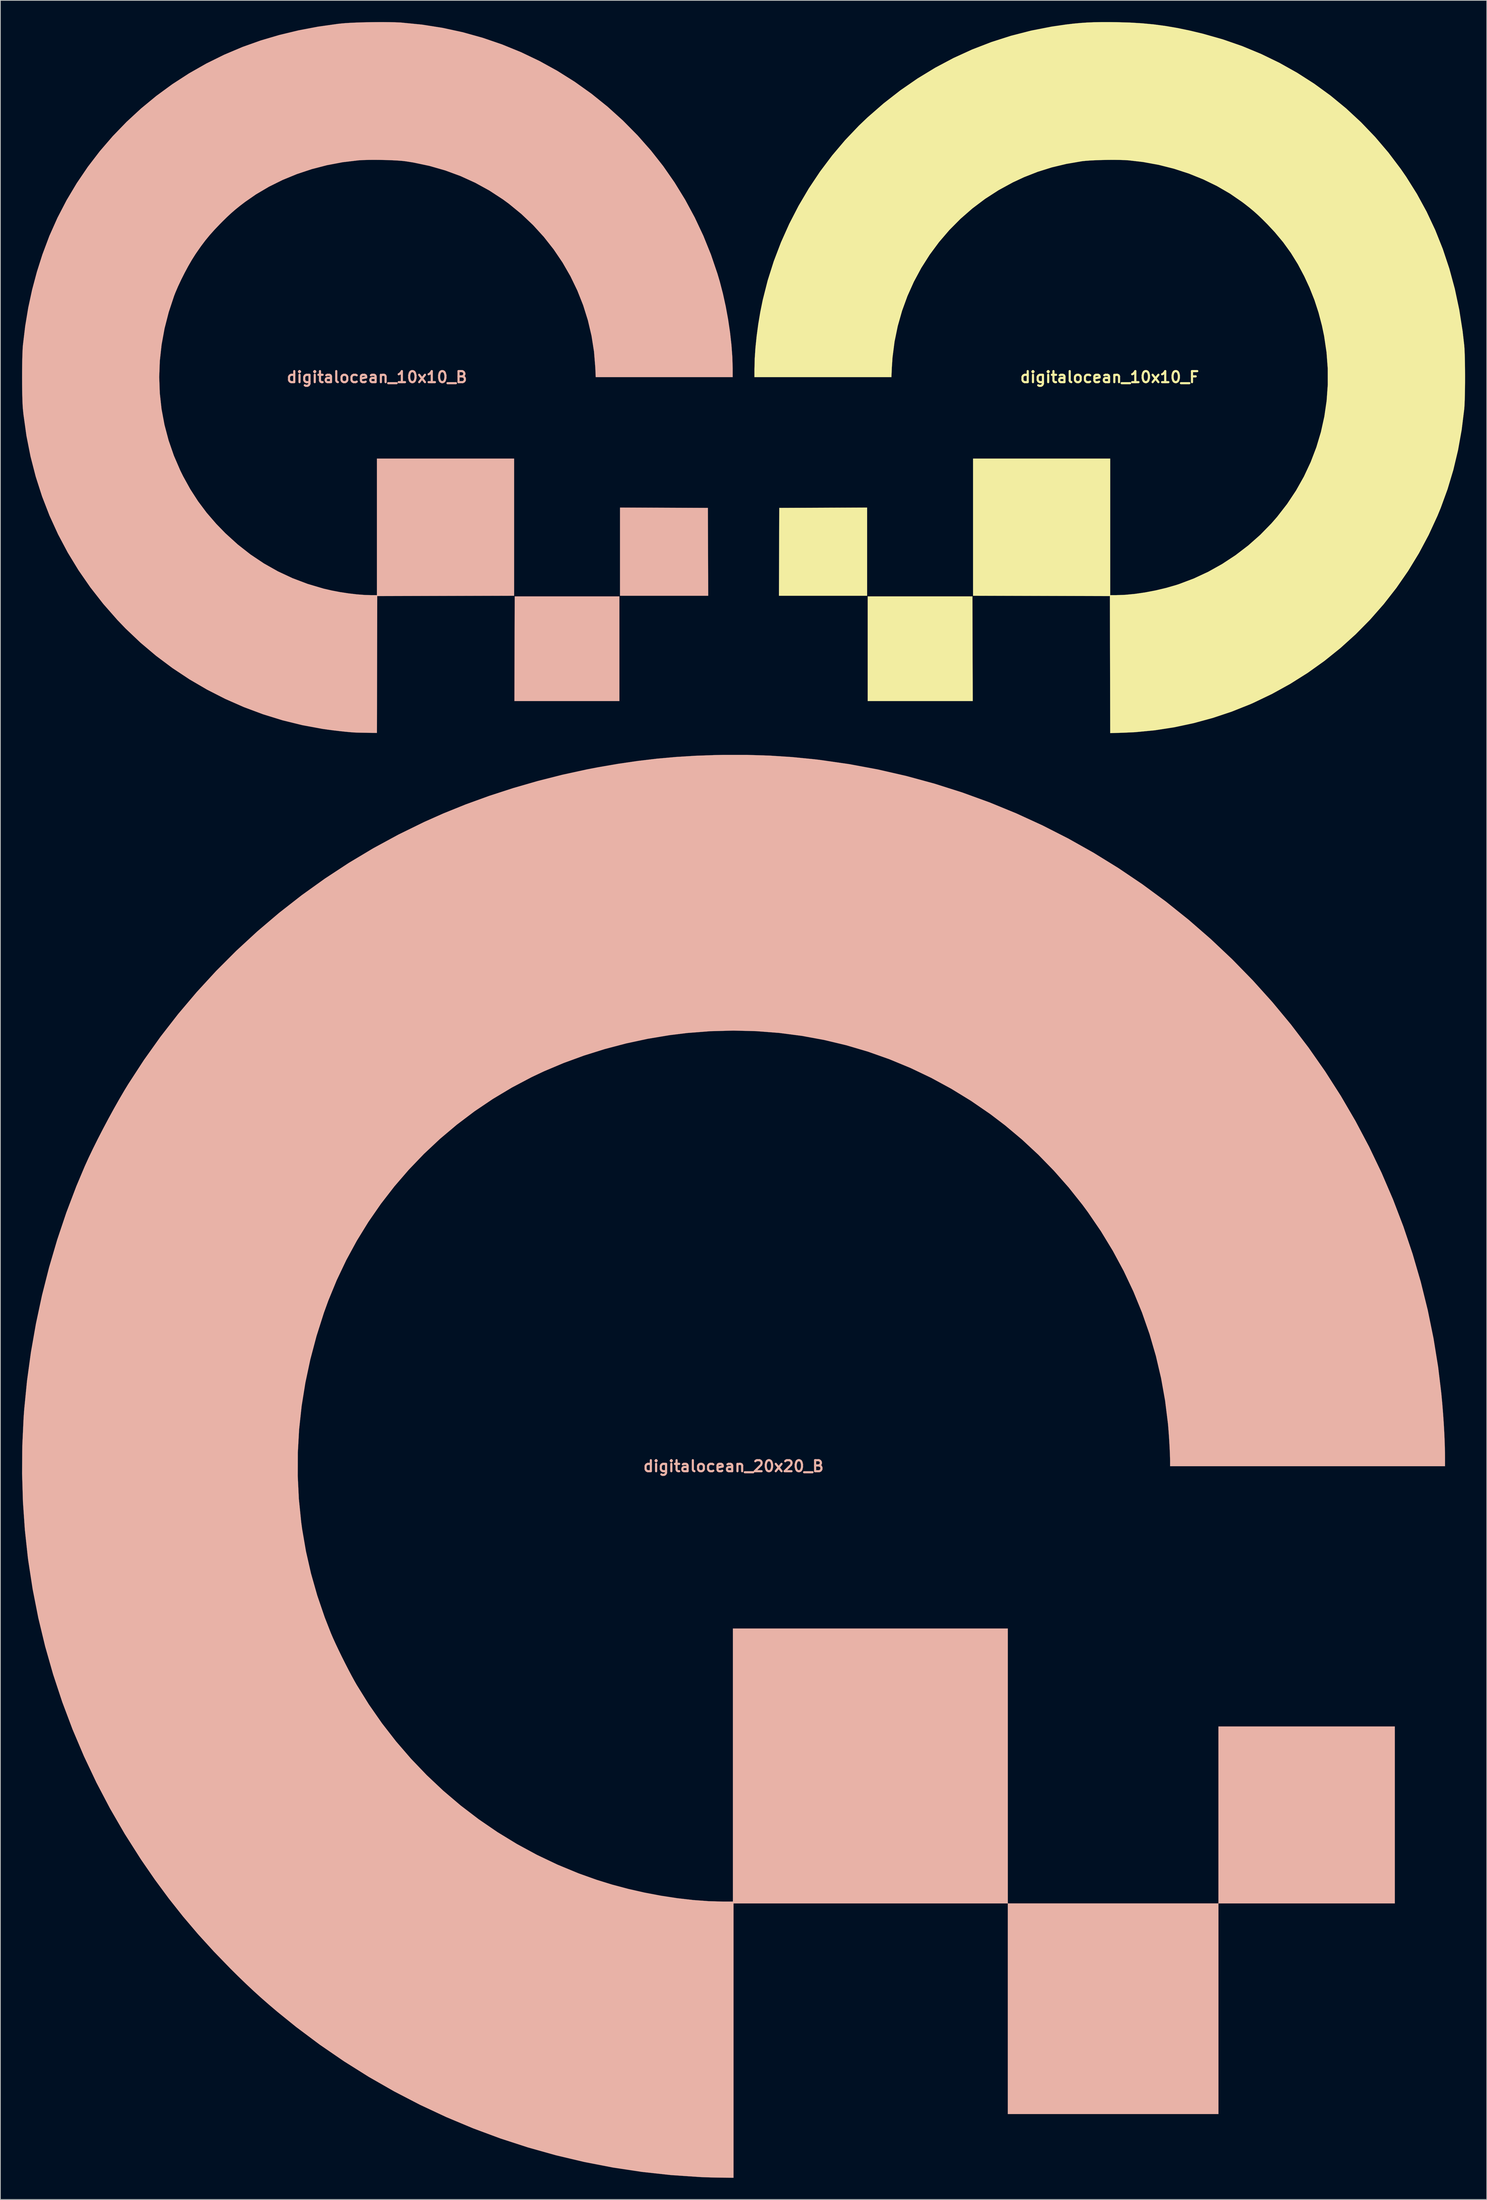
<source format=kicad_pcb>
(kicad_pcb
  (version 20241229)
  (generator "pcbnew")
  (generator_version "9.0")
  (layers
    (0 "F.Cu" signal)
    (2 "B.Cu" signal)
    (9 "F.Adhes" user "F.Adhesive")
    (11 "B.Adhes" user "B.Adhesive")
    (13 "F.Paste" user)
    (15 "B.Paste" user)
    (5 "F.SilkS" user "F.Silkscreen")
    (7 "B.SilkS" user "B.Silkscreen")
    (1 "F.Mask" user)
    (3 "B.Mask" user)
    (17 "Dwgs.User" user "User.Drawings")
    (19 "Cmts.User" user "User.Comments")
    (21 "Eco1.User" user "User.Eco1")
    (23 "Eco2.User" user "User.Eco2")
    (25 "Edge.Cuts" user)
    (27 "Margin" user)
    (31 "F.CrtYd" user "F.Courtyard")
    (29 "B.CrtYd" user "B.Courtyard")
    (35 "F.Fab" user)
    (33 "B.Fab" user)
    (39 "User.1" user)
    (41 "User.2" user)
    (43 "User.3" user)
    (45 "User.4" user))
  (footprint "digitalocean_10x10_F"
    (layer "F.Cu")
    (at 150.378 49.098)
    (property "Reference" "digitalocean_10x10_F" (at 0 0 0) (layer "F.SilkS") (effects (font (size 1.524 1.524) (thickness 0.3))))
    (attr through_hole)
    (fp_poly (pts (xy -33.528 30.226) (xy -45.721 30.226) (xy -45.699 24.151) (xy -45.678 18.076) (xy -39.603 18.055) (xy -33.528 18.033) (xy -33.528 30.226)) (stroke (width 0.01) (type solid)) (fill yes) (layer "F.SilkS"))
    (fp_poly (pts (xy -18.945 37.55) (xy -18.923 44.789) (xy -26.183 44.789) (xy -33.443 44.789) (xy -33.443 30.311) (xy -18.967 30.311) (xy -18.945 37.55)) (stroke (width 0.01) (type solid)) (fill yes) (layer "F.SilkS"))
    (fp_poly (pts (xy 0.97 -49.081) (xy 2.789 -49.028) (xy 4.496 -48.926) (xy 6.133 -48.771) (xy 7.745 -48.556) (xy 9.374 -48.276) (xy 11.063 -47.925) (xy 12.857 -47.497) (xy 12.901 -47.485) (xy 15.659 -46.703) (xy 18.346 -45.769) (xy 20.957 -44.686) (xy 23.487 -43.458) (xy 25.932 -42.087) (xy 28.287 -40.578) (xy 30.547 -38.933) (xy 32.707 -37.156) (xy 34.764 -35.249) (xy 36.712 -33.217) (xy 38.546 -31.063) (xy 40.262 -28.79) (xy 41.012 -27.703) (xy 42.494 -25.34) (xy 43.832 -22.888) (xy 45.025 -20.35) (xy 46.073 -17.724) (xy 46.976 -15.012) (xy 47.734 -12.214) (xy 48.347 -9.331) (xy 48.813 -6.363) (xy 49.037 -4.403) (xy 49.071 -3.946) (xy 49.099 -3.348) (xy 49.121 -2.637) (xy 49.136 -1.839) (xy 49.146 -0.982) (xy 49.15 -0.095) (xy 49.148 0.795) (xy 49.139 1.66) (xy 49.125 2.473) (xy 49.104 3.206) (xy 49.078 3.832) (xy 49.046 4.321) (xy 49.038 4.403) (xy 48.682 7.288) (xy 48.181 10.091) (xy 47.532 12.821) (xy 46.733 15.486) (xy 45.783 18.095) (xy 45.331 19.191) (xy 44.121 21.818) (xy 42.769 24.355) (xy 41.279 26.799) (xy 39.656 29.144) (xy 37.904 31.387) (xy 36.03 33.522) (xy 34.036 35.544) (xy 31.929 37.449) (xy 29.712 39.232) (xy 27.39 40.889) (xy 24.968 42.415) (xy 22.45 43.804) (xy 19.842 45.053) (xy 19.424 45.236) (xy 16.886 46.248) (xy 14.281 47.117) (xy 11.627 47.84) (xy 8.943 48.412) (xy 6.246 48.829) (xy 3.556 49.087) (xy 1.927 49.164) (xy 0.085 49.218) (xy 0.064 39.743) (xy 0.042 30.268) (xy -18.881 30.225) (xy -18.881 11.261) (xy 0.085 11.261) (xy 0.085 30.141) (xy 0.91 30.141) (xy 2.16 30.096) (xy 3.515 29.967) (xy 4.933 29.761) (xy 6.378 29.484) (xy 7.81 29.144) (xy 9.189 28.747) (xy 9.596 28.615) (xy 11.639 27.843) (xy 13.63 26.916) (xy 15.556 25.84) (xy 17.406 24.624) (xy 19.167 23.277) (xy 20.829 21.806) (xy 22.378 20.219) (xy 23.156 19.327) (xy 24.541 17.543) (xy 25.778 15.68) (xy 26.867 13.746) (xy 27.804 11.747) (xy 28.589 9.692) (xy 29.22 7.587) (xy 29.694 5.44) (xy 30.011 3.258) (xy 30.168 1.048) (xy 30.164 -1.181) (xy 29.998 -3.423) (xy 29.666 -5.671) (xy 29.366 -7.112) (xy 28.89 -8.93) (xy 28.324 -10.664) (xy 27.647 -12.37) (xy 26.922 -13.937) (xy 26.032 -15.616) (xy 25.068 -17.174) (xy 24.005 -18.647) (xy 22.818 -20.07) (xy 21.804 -21.153) (xy 21.138 -21.823) (xy 20.538 -22.398) (xy 19.962 -22.915) (xy 19.37 -23.411) (xy 18.719 -23.922) (xy 18.316 -24.227) (xy 16.633 -25.385) (xy 14.834 -26.428) (xy 12.935 -27.352) (xy 10.949 -28.152) (xy 8.891 -28.821) (xy 6.776 -29.354) (xy 4.618 -29.747) (xy 2.643 -29.977) (xy 2.076 -30.012) (xy 1.389 -30.033) (xy 0.62 -30.042) (xy -0.198 -30.038) (xy -1.029 -30.023) (xy -1.838 -29.997) (xy -2.589 -29.961) (xy -3.247 -29.915) (xy -3.778 -29.86) (xy -3.852 -29.85) (xy -5.972 -29.486) (xy -7.99 -29.004) (xy -9.935 -28.394) (xy -11.832 -27.65) (xy -13.377 -26.93) (xy -15.345 -25.857) (xy -17.213 -24.652) (xy -18.975 -23.325) (xy -20.627 -21.882) (xy -22.164 -20.331) (xy -23.581 -18.679) (xy -24.873 -16.933) (xy -26.036 -15.102) (xy -27.064 -13.192) (xy -27.953 -11.211) (xy -28.697 -9.167) (xy -29.292 -7.066) (xy -29.734 -4.917) (xy -30.016 -2.727) (xy -30.111 -1.313) (xy -30.168 0) (xy -49.107 0) (xy -49.106 -1.122) (xy -49.071 -2.544) (xy -48.968 -4.081) (xy -48.801 -5.697) (xy -48.577 -7.352) (xy -48.298 -9.011) (xy -47.969 -10.634) (xy -47.958 -10.686) (xy -47.276 -13.376) (xy -46.434 -16.032) (xy -45.438 -18.643) (xy -44.295 -21.197) (xy -43.01 -23.686) (xy -41.589 -26.098) (xy -40.039 -28.422) (xy -38.365 -30.65) (xy -36.573 -32.769) (xy -34.669 -34.77) (xy -33.487 -35.899) (xy -31.25 -37.85) (xy -28.94 -39.649) (xy -26.56 -41.294) (xy -24.11 -42.785) (xy -21.591 -44.122) (xy -19.005 -45.304) (xy -16.353 -46.33) (xy -13.636 -47.2) (xy -10.856 -47.914) (xy -8.012 -48.47) (xy -6.011 -48.762) (xy -5.02 -48.878) (xy -4.072 -48.967) (xy -3.131 -49.032) (xy -2.158 -49.073) (xy -1.118 -49.093) (xy 0.026 -49.093) (xy 0.97 -49.081)) (stroke (width 0.01) (type solid)) (fill yes) (layer "F.SilkS")))
  (footprint "digitalocean_10x10_B"
    (layer "F.Cu")
    (at 49.07 49.098)
    (property "Reference" "digitalocean_10x10_B" (at 0 0 0) (layer "B.SilkS") (effects (font (size 1.524 1.524) (thickness 0.3))))
    (attr through_hole)
    (fp_poly (pts (xy 45.762 18.076) (xy 45.784 24.151) (xy 45.806 30.226) (xy 33.613 30.226) (xy 33.613 18.033) (xy 45.762 18.076)) (stroke (width 0.01) (type solid)) (fill yes) (layer "B.SilkS"))
    (fp_poly (pts (xy 33.528 44.789) (xy 26.268 44.789) (xy 19.008 44.789) (xy 19.03 37.55) (xy 19.052 30.311) (xy 33.528 30.311) (xy 33.528 44.789)) (stroke (width 0.01) (type solid)) (fill yes) (layer "B.SilkS"))
    (fp_poly (pts (xy 1.749 -49.085) (xy 2.526 -49.067) (xy 3.183 -49.039) (xy 3.348 -49.028) (xy 6.233 -48.744) (xy 9.075 -48.297) (xy 11.869 -47.69) (xy 14.611 -46.926) (xy 17.295 -46.007) (xy 19.916 -44.937) (xy 22.468 -43.717) (xy 24.947 -42.35) (xy 27.347 -40.84) (xy 29.663 -39.189) (xy 31.889 -37.399) (xy 34.022 -35.473) (xy 36.055 -33.413) (xy 37.897 -31.327) (xy 39.587 -29.177) (xy 41.163 -26.909) (xy 42.619 -24.538) (xy 43.947 -22.077) (xy 45.14 -19.542) (xy 46.188 -16.946) (xy 47.086 -14.305) (xy 47.407 -13.221) (xy 47.844 -11.539) (xy 48.23 -9.786) (xy 48.558 -7.996) (xy 48.823 -6.206) (xy 49.021 -4.452) (xy 49.145 -2.771) (xy 49.191 -1.199) (xy 49.191 -1.122) (xy 49.191 0) (xy 30.252 0) (xy 30.196 -1.313) (xy 30.017 -3.525) (xy 29.674 -5.705) (xy 29.173 -7.845) (xy 28.518 -9.936) (xy 27.712 -11.972) (xy 26.761 -13.943) (xy 25.669 -15.842) (xy 24.439 -17.661) (xy 23.078 -19.392) (xy 21.588 -21.027) (xy 19.974 -22.557) (xy 18.242 -23.976) (xy 17.42 -24.579) (xy 15.548 -25.801) (xy 13.593 -26.876) (xy 11.559 -27.803) (xy 9.447 -28.58) (xy 7.262 -29.207) (xy 5.006 -29.682) (xy 3.937 -29.85) (xy 3.432 -29.906) (xy 2.792 -29.953) (xy 2.055 -29.991) (xy 1.253 -30.019) (xy 0.424 -30.036) (xy -0.399 -30.042) (xy -1.179 -30.036) (xy -1.882 -30.016) (xy -2.472 -29.984) (xy -2.559 -29.977) (xy -4.743 -29.716) (xy -6.897 -29.309) (xy -9.008 -28.762) (xy -11.059 -28.08) (xy -13.037 -27.269) (xy -14.927 -26.333) (xy -16.715 -25.278) (xy -18.232 -24.227) (xy -18.933 -23.691) (xy -19.553 -23.191) (xy -20.133 -22.69) (xy -20.714 -22.152) (xy -21.339 -21.539) (xy -21.72 -21.153) (xy -22.469 -20.368) (xy -23.126 -19.631) (xy -23.73 -18.895) (xy -24.318 -18.114) (xy -24.928 -17.241) (xy -25.128 -16.944) (xy -25.596 -16.202) (xy -26.091 -15.346) (xy -26.588 -14.421) (xy -27.066 -13.472) (xy -27.502 -12.542) (xy -27.872 -11.678) (xy -28.05 -11.218) (xy -28.789 -8.984) (xy -29.364 -6.74) (xy -29.774 -4.492) (xy -30.021 -2.246) (xy -30.104 -0.008) (xy -30.023 2.216) (xy -29.78 4.42) (xy -29.373 6.599) (xy -28.804 8.747) (xy -28.074 10.858) (xy -27.181 12.926) (xy -26.79 13.716) (xy -25.809 15.491) (xy -24.733 17.16) (xy -23.543 18.748) (xy -22.22 20.281) (xy -20.945 21.592) (xy -19.252 23.13) (xy -17.479 24.52) (xy -15.625 25.76) (xy -13.691 26.852) (xy -11.676 27.794) (xy -9.581 28.588) (xy -7.405 29.232) (xy -7.364 29.243) (xy -6.267 29.497) (xy -5.106 29.718) (xy -3.926 29.898) (xy -2.774 30.033) (xy -1.692 30.116) (xy -0.826 30.141) (xy 0 30.141) (xy 0 11.261) (xy 18.965 11.261) (xy 18.965 30.225) (xy 0.042 30.268) (xy -0.001 49.191) (xy -1.334 49.176) (xy -1.835 49.168) (xy -2.316 49.159) (xy -2.733 49.148) (xy -3.043 49.136) (xy -3.133 49.132) (xy -3.71 49.088) (xy -4.408 49.023) (xy -5.18 48.94) (xy -5.978 48.846) (xy -6.756 48.745) (xy -7.468 48.644) (xy -7.535 48.634) (xy -10.309 48.122) (xy -13.047 47.449) (xy -15.741 46.616) (xy -18.383 45.63) (xy -20.965 44.493) (xy -23.479 43.211) (xy -25.917 41.788) (xy -28.27 40.228) (xy -30.531 38.536) (xy -32.691 36.715) (xy -34.742 34.77) (xy -35.894 33.57) (xy -37.834 31.358) (xy -39.625 29.067) (xy -41.265 26.698) (xy -42.753 24.255) (xy -44.089 21.738) (xy -45.273 19.148) (xy -46.303 16.489) (xy -47.179 13.761) (xy -47.899 10.966) (xy -48.464 8.107) (xy -48.872 5.184) (xy -48.954 4.403) (xy -48.987 3.944) (xy -49.015 3.344) (xy -49.037 2.631) (xy -49.052 1.832) (xy -49.062 0.975) (xy -49.065 0.088) (xy -49.063 -0.802) (xy -49.054 -1.667) (xy -49.04 -2.479) (xy -49.019 -3.211) (xy -48.993 -3.834) (xy -48.96 -4.322) (xy -48.953 -4.403) (xy -48.637 -7.052) (xy -48.215 -9.603) (xy -47.678 -12.093) (xy -47.018 -14.563) (xy -46.26 -16.952) (xy -45.293 -19.529) (xy -44.174 -22.037) (xy -42.911 -24.468) (xy -41.509 -26.819) (xy -39.974 -29.082) (xy -38.311 -31.252) (xy -36.526 -33.324) (xy -34.625 -35.291) (xy -32.614 -37.148) (xy -30.5 -38.89) (xy -28.286 -40.511) (xy -25.98 -42.004) (xy -23.588 -43.364) (xy -21.114 -44.586) (xy -18.566 -45.663) (xy -16.063 -46.554) (xy -13.503 -47.309) (xy -10.85 -47.948) (xy -8.146 -48.463) (xy -5.43 -48.846) (xy -4.953 -48.899) (xy -4.369 -48.95) (xy -3.649 -48.993) (xy -2.823 -49.03) (xy -1.925 -49.059) (xy -0.987 -49.079) (xy -0.04 -49.091) (xy 0.882 -49.093) (xy 1.749 -49.085)) (stroke (width 0.01) (type solid)) (fill yes) (layer "B.SilkS")))
  (footprint "digitalocean_20x20_B"
    (layer "F.Cu")
    (at 98.375 199.682)
    (property "Reference" "digitalocean_20x20_B" (at 0 0 0) (layer "B.SilkS") (effects (font (size 1.524 1.524) (thickness 0.3))))
    (attr through_hole)
    (fp_poly (pts (xy 67.056 89.577) (xy 37.931 89.577) (xy 37.931 60.452) (xy 67.056 60.452) (xy 67.056 89.577)) (stroke (width 0.01) (type solid)) (fill yes) (layer "B.SilkS"))
    (fp_poly (pts (xy 91.44 60.452) (xy 67.056 60.452) (xy 67.056 35.983) (xy 91.44 35.983) (xy 91.44 60.452)) (stroke (width 0.01) (type solid)) (fill yes) (layer "B.SilkS"))
    (fp_poly (pts (xy 4.96 -98.258) (xy 8.074 -98.056) (xy 11.193 -97.749) (xy 11.938 -97.66) (xy 15.968 -97.082) (xy 19.954 -96.341) (xy 23.892 -95.439) (xy 27.779 -94.38) (xy 31.611 -93.164) (xy 35.383 -91.794) (xy 39.091 -90.273) (xy 42.732 -88.602) (xy 46.302 -86.783) (xy 49.796 -84.819) (xy 53.21 -82.711) (xy 56.541 -80.463) (xy 59.785 -78.075) (xy 62.937 -75.551) (xy 65.993 -72.892) (xy 68.95 -70.1) (xy 71.804 -67.178) (xy 74.507 -64.178) (xy 77.079 -61.077) (xy 79.518 -57.876) (xy 81.82 -54.58) (xy 83.983 -51.196) (xy 86.005 -47.73) (xy 87.882 -44.185) (xy 89.613 -40.569) (xy 91.196 -36.887) (xy 92.627 -33.145) (xy 93.905 -29.348) (xy 95.027 -25.501) (xy 95.99 -21.611) (xy 96.793 -17.683) (xy 97.432 -13.723) (xy 97.867 -10.118) (xy 98.001 -8.7) (xy 98.117 -7.251) (xy 98.216 -5.806) (xy 98.293 -4.402) (xy 98.347 -3.074) (xy 98.377 -1.856) (xy 98.382 -1.206) (xy 98.383 0) (xy 60.367 0) (xy 60.367 -0.699) (xy 60.359 -1.186) (xy 60.338 -1.805) (xy 60.305 -2.515) (xy 60.263 -3.28) (xy 60.215 -4.061) (xy 60.161 -4.819) (xy 60.105 -5.516) (xy 60.067 -5.927) (xy 59.677 -9.07) (xy 59.122 -12.177) (xy 58.405 -15.243) (xy 57.527 -18.264) (xy 56.49 -21.233) (xy 55.298 -24.145) (xy 53.951 -26.996) (xy 52.451 -29.779) (xy 50.802 -32.491) (xy 49.004 -35.126) (xy 48.247 -36.152) (xy 46.344 -38.545) (xy 44.307 -40.856) (xy 42.152 -43.067) (xy 39.895 -45.165) (xy 37.553 -47.131) (xy 35.502 -48.691) (xy 32.847 -50.515) (xy 30.122 -52.186) (xy 27.331 -53.702) (xy 24.479 -55.063) (xy 21.57 -56.268) (xy 18.608 -57.316) (xy 15.598 -58.205) (xy 12.545 -58.934) (xy 9.453 -59.503) (xy 6.326 -59.909) (xy 3.169 -60.153) (xy -0.014 -60.233) (xy -3.218 -60.148) (xy -6.438 -59.897) (xy -8.848 -59.6) (xy -11.852 -59.1) (xy -14.839 -58.459) (xy -17.787 -57.684) (xy -20.677 -56.779) (xy -23.488 -55.752) (xy -26.201 -54.608) (xy -27.898 -53.807) (xy -30.628 -52.367) (xy -33.266 -50.788) (xy -35.807 -49.076) (xy -38.245 -47.234) (xy -40.578 -45.269) (xy -42.8 -43.186) (xy -44.906 -40.99) (xy -46.892 -38.686) (xy -48.754 -36.28) (xy -50.486 -33.776) (xy -52.084 -31.18) (xy -53.544 -28.497) (xy -54.86 -25.732) (xy -56.029 -22.891) (xy -56.638 -21.209) (xy -57.659 -17.997) (xy -58.511 -14.78) (xy -59.197 -11.559) (xy -59.714 -8.336) (xy -60.063 -5.113) (xy -60.243 -1.892) (xy -60.256 1.326) (xy -60.099 4.539) (xy -59.774 7.745) (xy -59.643 8.71) (xy -59.115 11.78) (xy -58.419 14.835) (xy -57.555 17.875) (xy -56.522 20.899) (xy -55.661 23.097) (xy -55.373 23.767) (xy -55.017 24.549) (xy -54.609 25.411) (xy -54.167 26.319) (xy -53.706 27.239) (xy -53.245 28.137) (xy -52.799 28.981) (xy -52.385 29.736) (xy -52.105 30.226) (xy -50.42 32.937) (xy -48.604 35.545) (xy -46.661 38.048) (xy -44.597 40.44) (xy -42.416 42.717) (xy -40.124 44.875) (xy -37.726 46.911) (xy -35.228 48.819) (xy -32.634 50.595) (xy -29.95 52.235) (xy -27.181 53.736) (xy -24.333 55.091) (xy -21.41 56.299) (xy -18.933 57.184) (xy -16.795 57.846) (xy -14.581 58.437) (xy -12.321 58.951) (xy -10.045 59.383) (xy -7.782 59.729) (xy -5.561 59.984) (xy -3.412 60.142) (xy -1.364 60.198) (xy -1.293 60.198) (xy -0.085 60.198) (xy -0.085 22.437) (xy 37.931 22.437) (xy 37.931 60.452) (xy 0 60.452) (xy 0 98.383) (xy -1.545 98.37) (xy -2.191 98.361) (xy -2.921 98.345) (xy -3.661 98.323) (xy -4.335 98.298) (xy -4.572 98.288) (xy -8.632 98.014) (xy -12.664 97.574) (xy -16.662 96.971) (xy -20.623 96.204) (xy -24.542 95.277) (xy -28.415 94.191) (xy -32.237 92.948) (xy -36.004 91.549) (xy -39.711 89.996) (xy -43.355 88.291) (xy -46.931 86.436) (xy -50.434 84.432) (xy -53.86 82.28) (xy -57.204 79.984) (xy -60.463 77.544) (xy -63.077 75.43) (xy -64.232 74.449) (xy -65.323 73.495) (xy -66.383 72.535) (xy -67.448 71.535) (xy -68.555 70.465) (xy -69.555 69.473) (xy -71.871 67.084) (xy -74.047 64.693) (xy -76.109 62.267) (xy -78.083 59.774) (xy -79.995 57.183) (xy -81.871 54.461) (xy -81.997 54.271) (xy -84.177 50.84) (xy -86.209 47.33) (xy -88.091 43.746) (xy -89.82 40.094) (xy -91.397 36.378) (xy -92.817 32.604) (xy -94.08 28.776) (xy -95.184 24.9) (xy -96.127 20.98) (xy -96.906 17.022) (xy -97.521 13.03) (xy -97.575 12.615) (xy -97.987 8.794) (xy -98.253 4.919) (xy -98.37 1.02) (xy -98.34 -2.871) (xy -98.16 -6.724) (xy -98.08 -7.832) (xy -97.691 -11.796) (xy -97.149 -15.76) (xy -96.456 -19.709) (xy -95.617 -23.629) (xy -94.635 -27.504) (xy -93.513 -31.322) (xy -92.256 -35.066) (xy -90.866 -38.722) (xy -89.701 -41.487) (xy -89.17 -42.653) (xy -88.56 -43.927) (xy -87.889 -45.274) (xy -87.173 -46.662) (xy -86.431 -48.06) (xy -85.679 -49.433) (xy -84.934 -50.75) (xy -84.215 -51.977) (xy -83.694 -52.832) (xy -81.528 -56.161) (xy -79.225 -59.393) (xy -76.792 -62.524) (xy -74.232 -65.549) (xy -71.552 -68.465) (xy -68.754 -71.267) (xy -65.845 -73.95) (xy -62.83 -76.512) (xy -59.713 -78.947) (xy -56.499 -81.251) (xy -53.193 -83.421) (xy -49.799 -85.452) (xy -46.324 -87.339) (xy -42.771 -89.079) (xy -40.132 -90.254) (xy -37.019 -91.512) (xy -33.785 -92.685) (xy -30.461 -93.765) (xy -27.076 -94.742) (xy -23.662 -95.608) (xy -20.249 -96.352) (xy -18.701 -96.649) (xy -15.92 -97.127) (xy -13.235 -97.519) (xy -10.599 -97.832) (xy -7.966 -98.068) (xy -5.289 -98.234) (xy -2.519 -98.333) (xy -1.439 -98.355) (xy 1.806 -98.356) (xy 4.96 -98.258)) (stroke (width 0.01) (type solid)) (fill yes) (layer "B.SilkS")))
  (gr_rect
    (start -3 -3)
    (end 202.533 301.07)
    (stroke (width 0.1) (type default))
    (fill no)
    (layer "Edge.Cuts")))
</source>
